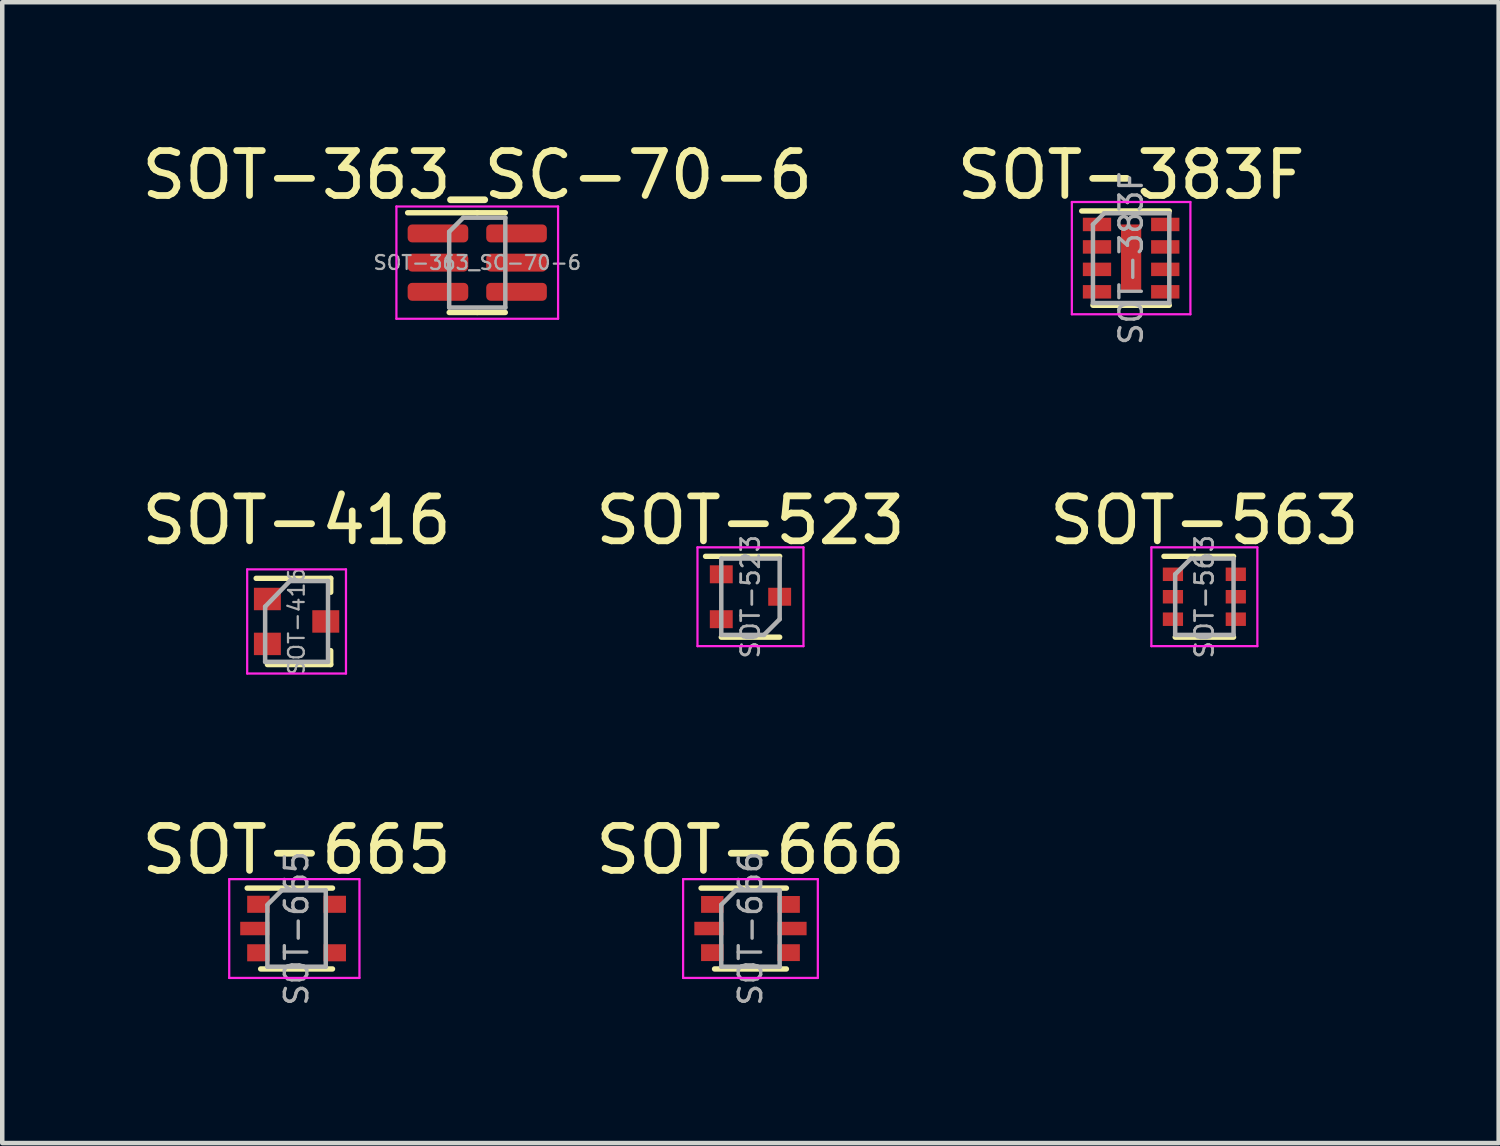
<source format=kicad_pcb>
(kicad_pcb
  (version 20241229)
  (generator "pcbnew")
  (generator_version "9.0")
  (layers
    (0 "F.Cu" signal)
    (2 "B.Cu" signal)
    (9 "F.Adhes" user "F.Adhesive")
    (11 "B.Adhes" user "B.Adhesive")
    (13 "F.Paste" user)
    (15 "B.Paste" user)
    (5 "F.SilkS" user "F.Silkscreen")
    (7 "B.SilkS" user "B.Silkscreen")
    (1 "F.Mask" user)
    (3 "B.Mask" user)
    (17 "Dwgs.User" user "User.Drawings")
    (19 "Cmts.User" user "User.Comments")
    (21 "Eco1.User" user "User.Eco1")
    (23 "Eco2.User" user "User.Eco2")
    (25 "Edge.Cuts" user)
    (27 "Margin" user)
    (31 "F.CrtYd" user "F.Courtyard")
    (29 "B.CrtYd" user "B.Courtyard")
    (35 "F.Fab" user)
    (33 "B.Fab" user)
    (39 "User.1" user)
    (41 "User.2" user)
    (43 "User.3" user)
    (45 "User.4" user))
  (footprint "SOT-563"
    (layer "F.Cu")
    (at 23.768 10.238)
    (property "Reference" "SOT-563" (at 0 -1.7 0) (layer "F.SilkS") (effects (font (size 1 1) (thickness 0.15))))
    (attr smd)
    (fp_line (start -0.9 -0.9) (end 0.65 -0.9) (stroke (width 0.12) (type solid)) (layer "F.SilkS"))
    (fp_line (start 0.65 0.9) (end -0.65 0.9) (stroke (width 0.12) (type solid)) (layer "F.SilkS"))
    (fp_line (start -1.18 -1.1) (end -1.18 1.1) (stroke (width 0.05) (type solid)) (layer "F.CrtYd"))
    (fp_line (start -1.18 -1.1) (end 1.18 -1.1) (stroke (width 0.05) (type solid)) (layer "F.CrtYd"))
    (fp_line (start 1.18 1.1) (end -1.18 1.1) (stroke (width 0.05) (type solid)) (layer "F.CrtYd"))
    (fp_line (start 1.18 1.1) (end 1.18 -1.1) (stroke (width 0.05) (type solid)) (layer "F.CrtYd"))
    (fp_line (start -0.65 -0.5) (end -0.65 0.85) (stroke (width 0.1) (type solid)) (layer "F.Fab"))
    (fp_line (start -0.65 -0.5) (end -0.3 -0.85) (stroke (width 0.1) (type solid)) (layer "F.Fab"))
    (fp_line (start -0.65 0.85) (end 0.65 0.85) (stroke (width 0.1) (type solid)) (layer "F.Fab"))
    (fp_line (start 0.65 -0.85) (end -0.3 -0.85) (stroke (width 0.1) (type solid)) (layer "F.Fab"))
    (fp_line (start 0.65 0.85) (end 0.65 -0.85) (stroke (width 0.1) (type solid)) (layer "F.Fab"))
    (fp_text user "${REFERENCE}" (at 0 0 90) (layer "F.Fab") (effects (font (size 0.4 0.4) (thickness 0.062))))
    (pad "1" smd rect (at -0.7 -0.5) (size 0.45 0.3) (layers "F.Cu" "F.Mask" "F.Paste"))
    (pad "2" smd rect (at -0.7 0) (size 0.45 0.3) (layers "F.Cu" "F.Mask" "F.Paste"))
    (pad "3" smd rect (at -0.7 0.5) (size 0.45 0.3) (layers "F.Cu" "F.Mask" "F.Paste"))
    (pad "4" smd rect (at 0.7 0.5) (size 0.45 0.3) (layers "F.Cu" "F.Mask" "F.Paste"))
    (pad "5" smd rect (at 0.7 0) (size 0.45 0.3) (layers "F.Cu" "F.Mask" "F.Paste"))
    (pad "6" smd rect (at 0.7 -0.5) (size 0.45 0.3) (layers "F.Cu" "F.Mask" "F.Paste")))
  (footprint "SOT-523"
    (layer "F.Cu")
    (at 13.661 10.238)
    (property "Reference" "SOT-523" (at 0 -1.7 0) (layer "F.SilkS") (effects (font (size 1 1) (thickness 0.15))))
    (attr smd)
    (fp_line (start -1 -0.9) (end 0.65 -0.9) (stroke (width 0.12) (type solid)) (layer "F.SilkS"))
    (fp_line (start 0.65 0.9) (end -0.65 0.9) (stroke (width 0.12) (type solid)) (layer "F.SilkS"))
    (fp_line (start -1.18 -1.1) (end -1.18 1.1) (stroke (width 0.05) (type solid)) (layer "F.CrtYd"))
    (fp_line (start -1.18 -1.1) (end 1.18 -1.1) (stroke (width 0.05) (type solid)) (layer "F.CrtYd"))
    (fp_line (start 1.18 1.1) (end -1.18 1.1) (stroke (width 0.05) (type solid)) (layer "F.CrtYd"))
    (fp_line (start 1.18 1.1) (end 1.18 -1.1) (stroke (width 0.05) (type solid)) (layer "F.CrtYd"))
    (fp_line (start -0.65 -0.85) (end -0.65 0.85) (stroke (width 0.1) (type solid)) (layer "F.Fab"))
    (fp_line (start -0.65 0.85) (end 0.3 0.85) (stroke (width 0.1) (type solid)) (layer "F.Fab"))
    (fp_line (start 0.65 -0.85) (end -0.65 -0.85) (stroke (width 0.1) (type solid)) (layer "F.Fab"))
    (fp_line (start 0.65 0.5) (end 0.3 0.85) (stroke (width 0.1) (type solid)) (layer "F.Fab"))
    (fp_line (start 0.65 0.5) (end 0.65 -0.85) (stroke (width 0.1) (type solid)) (layer "F.Fab"))
    (fp_text user "${REFERENCE}" (at 0 0 270) (layer "F.Fab") (effects (font (size 0.4 0.4) (thickness 0.062))))
    (pad "1" smd rect (at -0.65 -0.5 180) (size 0.51 0.4) (layers "F.Cu" "F.Mask" "F.Paste"))
    (pad "2" smd rect (at -0.65 0.5 180) (size 0.51 0.4) (layers "F.Cu" "F.Mask" "F.Paste"))
    (pad "3" smd rect (at 0.65 0 180) (size 0.51 0.4) (layers "F.Cu" "F.Mask" "F.Paste")))
  (footprint "SOT-666"
    (layer "F.Cu")
    (at 13.661 17.626)
    (property "Reference" "SOT-666" (at 0 -1.75 0) (layer "F.SilkS") (effects (font (size 1 1) (thickness 0.15))))
    (attr smd)
    (fp_line (start -0.8 0.9) (end 0.8 0.9) (stroke (width 0.12) (type solid)) (layer "F.SilkS"))
    (fp_line (start 0.8 -0.9) (end -1.1 -0.9) (stroke (width 0.12) (type solid)) (layer "F.SilkS"))
    (fp_line (start -1.5 -1.1) (end -1.5 1.1) (stroke (width 0.05) (type solid)) (layer "F.CrtYd"))
    (fp_line (start -1.5 -1.1) (end 1.5 -1.1) (stroke (width 0.05) (type solid)) (layer "F.CrtYd"))
    (fp_line (start -1.5 1.1) (end 1.5 1.1) (stroke (width 0.05) (type solid)) (layer "F.CrtYd"))
    (fp_line (start 1.5 1.1) (end 1.5 -1.1) (stroke (width 0.05) (type solid)) (layer "F.CrtYd"))
    (fp_line (start -0.65 -0.53) (end -0.65 0.85) (stroke (width 0.1) (type solid)) (layer "F.Fab"))
    (fp_line (start -0.65 -0.53) (end -0.33 -0.85) (stroke (width 0.1) (type solid)) (layer "F.Fab"))
    (fp_line (start 0.65 -0.85) (end -0.33 -0.85) (stroke (width 0.1) (type solid)) (layer "F.Fab"))
    (fp_line (start 0.65 -0.85) (end 0.65 0.85) (stroke (width 0.1) (type solid)) (layer "F.Fab"))
    (fp_line (start 0.65 0.85) (end -0.65 0.85) (stroke (width 0.1) (type solid)) (layer "F.Fab"))
    (fp_text user "${REFERENCE}" (at 0 0 90) (layer "F.Fab") (effects (font (size 0.5 0.5) (thickness 0.075))))
    (pad "1" smd rect (at -0.85 -0.537) (size 0.5 0.375) (layers "F.Cu" "F.Mask" "F.Paste"))
    (pad "2" smd rect (at -0.925 0) (size 0.65 0.3) (layers "F.Cu" "F.Mask" "F.Paste"))
    (pad "3" smd rect (at -0.85 0.537) (size 0.5 0.375) (layers "F.Cu" "F.Mask" "F.Paste"))
    (pad "4" smd rect (at 0.85 0.537) (size 0.5 0.375) (layers "F.Cu" "F.Mask" "F.Paste"))
    (pad "5" smd rect (at 0.925 0) (size 0.65 0.3) (layers "F.Cu" "F.Mask" "F.Paste"))
    (pad "6" smd rect (at 0.85 -0.537) (size 0.5 0.375) (layers "F.Cu" "F.Mask" "F.Paste")))
  (footprint "SOT-383F"
    (layer "F.Cu")
    (at 22.137 2.698)
    (property "Reference" "SOT-383F" (at 0 -1.85 0) (layer "F.SilkS") (effects (font (size 1 1) (thickness 0.15))))
    (attr smd)
    (fp_line (start -0.85 1.05) (end 0.85 1.05) (stroke (width 0.12) (type solid)) (layer "F.SilkS"))
    (fp_line (start 0.85 -1.05) (end -1.1 -1.05) (stroke (width 0.12) (type solid)) (layer "F.SilkS"))
    (fp_line (start -1.32 -1.25) (end -1.32 1.25) (stroke (width 0.05) (type solid)) (layer "F.CrtYd"))
    (fp_line (start -1.32 -1.25) (end 1.32 -1.25) (stroke (width 0.05) (type solid)) (layer "F.CrtYd"))
    (fp_line (start 1.32 1.25) (end -1.32 1.25) (stroke (width 0.05) (type solid)) (layer "F.CrtYd"))
    (fp_line (start 1.32 1.25) (end 1.32 -1.25) (stroke (width 0.05) (type solid)) (layer "F.CrtYd"))
    (fp_line (start -0.85 -0.75) (end -0.85 1) (stroke (width 0.1) (type solid)) (layer "F.Fab"))
    (fp_line (start -0.85 -0.75) (end -0.6 -1) (stroke (width 0.1) (type solid)) (layer "F.Fab"))
    (fp_line (start -0.85 1) (end 0.85 1) (stroke (width 0.1) (type solid)) (layer "F.Fab"))
    (fp_line (start -0.6 -1) (end 0.85 -1) (stroke (width 0.1) (type solid)) (layer "F.Fab"))
    (fp_line (start 0.85 1) (end 0.85 -1) (stroke (width 0.1) (type solid)) (layer "F.Fab"))
    (fp_text user "${REFERENCE}" (at 0 0 90) (layer "F.Fab") (effects (font (size 0.5 0.5) (thickness 0.075))))
    (pad "1" smd rect (at -0.76 -0.75) (size 0.63 0.3) (layers "F.Cu" "F.Mask" "F.Paste"))
    (pad "2" smd rect (at -0.76 -0.25) (size 0.63 0.3) (layers "F.Cu" "F.Mask" "F.Paste"))
    (pad "3" smd rect (at -0.76 0.25) (size 0.63 0.3) (layers "F.Cu" "F.Mask" "F.Paste"))
    (pad "4" smd rect (at -0.76 0.75) (size 0.63 0.3) (layers "F.Cu" "F.Mask" "F.Paste"))
    (pad "5" smd rect (at 0.76 0.75) (size 0.63 0.3) (layers "F.Cu" "F.Mask" "F.Paste"))
    (pad "6" smd rect (at 0.76 0.25) (size 0.63 0.3) (layers "F.Cu" "F.Mask" "F.Paste"))
    (pad "7" smd rect (at 0.76 -0.25) (size 0.63 0.3) (layers "F.Cu" "F.Mask" "F.Paste"))
    (pad "8" smd rect (at 0.76 -0.75) (size 0.63 0.3) (layers "F.Cu" "F.Mask" "F.Paste"))
    (pad "9" smd rect (at 0 0) (size 0.45 1.5) (layers "F.Cu" "F.Mask" "F.Paste")))
  (footprint "SOT-416"
    (layer "F.Cu")
    (at 3.554 10.788)
    (property "Reference" "SOT-416" (at 0 -2.25 0) (layer "F.SilkS") (effects (font (size 1 1) (thickness 0.15))))
    (attr smd)
    (fp_line (start 0.76 -0.96) (end -0.9 -0.96) (stroke (width 0.12) (type solid)) (layer "F.SilkS"))
    (fp_line (start 0.76 -0.96) (end 0.76 -0.65) (stroke (width 0.12) (type solid)) (layer "F.SilkS"))
    (fp_line (start 0.76 0.96) (end -0.65 0.96) (stroke (width 0.12) (type solid)) (layer "F.SilkS"))
    (fp_line (start 0.76 0.96) (end 0.76 0.65) (stroke (width 0.12) (type solid)) (layer "F.SilkS"))
    (fp_line (start -1.1 -1.16) (end 1.1 -1.16) (stroke (width 0.05) (type solid)) (layer "F.CrtYd"))
    (fp_line (start -1.1 1.16) (end -1.1 -1.16) (stroke (width 0.05) (type solid)) (layer "F.CrtYd"))
    (fp_line (start 1.1 -1.16) (end 1.1 1.16) (stroke (width 0.05) (type solid)) (layer "F.CrtYd"))
    (fp_line (start 1.1 1.16) (end -1.1 1.16) (stroke (width 0.05) (type solid)) (layer "F.CrtYd"))
    (fp_line (start -0.7 -0.33) (end -0.7 0.9) (stroke (width 0.1) (type solid)) (layer "F.Fab"))
    (fp_line (start -0.7 -0.33) (end -0.15 -0.9) (stroke (width 0.1) (type solid)) (layer "F.Fab"))
    (fp_line (start -0.7 0.9) (end 0.7 0.9) (stroke (width 0.1) (type solid)) (layer "F.Fab"))
    (fp_line (start -0.15 -0.9) (end 0.7 -0.9) (stroke (width 0.1) (type solid)) (layer "F.Fab"))
    (fp_line (start 0.7 -0.9) (end 0.7 0.9) (stroke (width 0.1) (type solid)) (layer "F.Fab"))
    (fp_text user "${REFERENCE}" (at 0 0 90) (layer "F.Fab") (effects (font (size 0.35 0.35) (thickness 0.05))))
    (pad "1" smd rect (at -0.65 -0.5) (size 0.6 0.5) (layers "F.Cu" "F.Mask" "F.Paste"))
    (pad "2" smd rect (at -0.65 0.5) (size 0.6 0.5) (layers "F.Cu" "F.Mask" "F.Paste"))
    (pad "3" smd rect (at 0.65 0) (size 0.6 0.5) (layers "F.Cu" "F.Mask" "F.Paste")))
  (footprint "SOT-665"
    (layer "F.Cu")
    (at 3.554 17.626)
    (property "Reference" "SOT-665" (at 0 -1.75 0) (layer "F.SilkS") (effects (font (size 1 1) (thickness 0.15))))
    (attr smd)
    (fp_line (start -0.8 0.9) (end 0.8 0.9) (stroke (width 0.12) (type solid)) (layer "F.SilkS"))
    (fp_line (start 0.8 -0.9) (end -1.1 -0.9) (stroke (width 0.12) (type solid)) (layer "F.SilkS"))
    (fp_line (start -1.5 -1.1) (end -1.5 1.1) (stroke (width 0.05) (type solid)) (layer "F.CrtYd"))
    (fp_line (start -1.5 -1.1) (end 1.4 -1.1) (stroke (width 0.05) (type solid)) (layer "F.CrtYd"))
    (fp_line (start -1.5 1.1) (end 1.4 1.1) (stroke (width 0.05) (type solid)) (layer "F.CrtYd"))
    (fp_line (start 1.4 1.1) (end 1.4 -1.1) (stroke (width 0.05) (type solid)) (layer "F.CrtYd"))
    (fp_line (start -0.65 -0.53) (end -0.33 -0.85) (stroke (width 0.1) (type solid)) (layer "F.Fab"))
    (fp_line (start -0.65 -0.51) (end -0.65 0.85) (stroke (width 0.1) (type solid)) (layer "F.Fab"))
    (fp_line (start 0.65 -0.85) (end -0.33 -0.85) (stroke (width 0.1) (type solid)) (layer "F.Fab"))
    (fp_line (start 0.65 -0.85) (end 0.65 0.85) (stroke (width 0.1) (type solid)) (layer "F.Fab"))
    (fp_line (start 0.65 0.85) (end -0.65 0.85) (stroke (width 0.1) (type solid)) (layer "F.Fab"))
    (fp_text user "${REFERENCE}" (at 0 0 90) (layer "F.Fab") (effects (font (size 0.5 0.5) (thickness 0.075))))
    (pad "1" smd rect (at -0.85 -0.54) (size 0.5 0.38) (layers "F.Cu" "F.Mask" "F.Paste"))
    (pad "2" smd rect (at -0.93 0) (size 0.65 0.3) (layers "F.Cu" "F.Mask" "F.Paste"))
    (pad "3" smd rect (at -0.85 0.54) (size 0.5 0.38) (layers "F.Cu" "F.Mask" "F.Paste"))
    (pad "4" smd rect (at 0.85 0.54) (size 0.5 0.38) (layers "F.Cu" "F.Mask" "F.Paste"))
    (pad "5" smd rect (at 0.85 -0.54) (size 0.5 0.38) (layers "F.Cu" "F.Mask" "F.Paste")))
  (footprint "SOT-363_SC-70-6"
    (layer "F.Cu")
    (at 7.577 2.798)
    (property "Reference" "SOT-363_SC-70-6" (at 0 -1.95 0) (layer "F.SilkS") (effects (font (size 1 1) (thickness 0.15))))
    (attr smd)
    (fp_line (start 0 -1.11) (end -1.55 -1.11) (stroke (width 0.12) (type solid)) (layer "F.SilkS"))
    (fp_line (start 0 -1.11) (end 0.625 -1.11) (stroke (width 0.12) (type solid)) (layer "F.SilkS"))
    (fp_line (start 0 1.11) (end -0.625 1.11) (stroke (width 0.12) (type solid)) (layer "F.SilkS"))
    (fp_line (start 0 1.11) (end 0.625 1.11) (stroke (width 0.12) (type solid)) (layer "F.SilkS"))
    (fp_line (start -1.8 -1.25) (end -1.8 1.25) (stroke (width 0.05) (type solid)) (layer "F.CrtYd"))
    (fp_line (start -1.8 1.25) (end 1.8 1.25) (stroke (width 0.05) (type solid)) (layer "F.CrtYd"))
    (fp_line (start 1.8 -1.25) (end -1.8 -1.25) (stroke (width 0.05) (type solid)) (layer "F.CrtYd"))
    (fp_line (start 1.8 1.25) (end 1.8 -1.25) (stroke (width 0.05) (type solid)) (layer "F.CrtYd"))
    (fp_line (start -0.625 -0.688) (end -0.312 -1) (stroke (width 0.1) (type solid)) (layer "F.Fab"))
    (fp_line (start -0.625 1) (end -0.625 -0.688) (stroke (width 0.1) (type solid)) (layer "F.Fab"))
    (fp_line (start -0.312 -1) (end 0.625 -1) (stroke (width 0.1) (type solid)) (layer "F.Fab"))
    (fp_line (start 0.625 -1) (end 0.625 1) (stroke (width 0.1) (type solid)) (layer "F.Fab"))
    (fp_line (start 0.625 1) (end -0.625 1) (stroke (width 0.1) (type solid)) (layer "F.Fab"))
    (fp_text user "${REFERENCE}" (at 0 0 0) (layer "F.Fab") (effects (font (size 0.31 0.31) (thickness 0.05))))
    (pad "1" smd roundrect (at -0.875 -0.65) (size 1.35 0.4) (layers "F.Cu" "F.Mask" "F.Paste") (roundrect_rratio 0.25))
    (pad "2" smd roundrect (at -0.875 0) (size 1.35 0.4) (layers "F.Cu" "F.Mask" "F.Paste") (roundrect_rratio 0.25))
    (pad "3" smd roundrect (at -0.875 0.65) (size 1.35 0.4) (layers "F.Cu" "F.Mask" "F.Paste") (roundrect_rratio 0.25))
    (pad "4" smd roundrect (at 0.875 0.65) (size 1.35 0.4) (layers "F.Cu" "F.Mask" "F.Paste") (roundrect_rratio 0.25))
    (pad "5" smd roundrect (at 0.875 0) (size 1.35 0.4) (layers "F.Cu" "F.Mask" "F.Paste") (roundrect_rratio 0.25))
    (pad "6" smd roundrect (at 0.875 -0.65) (size 1.35 0.4) (layers "F.Cu" "F.Mask" "F.Paste") (roundrect_rratio 0.25)))
  (gr_rect
    (start -3 -3)
    (end 30.321 22.403)
    (stroke (width 0.1) (type default))
    (fill no)
    (layer "Edge.Cuts")))
</source>
